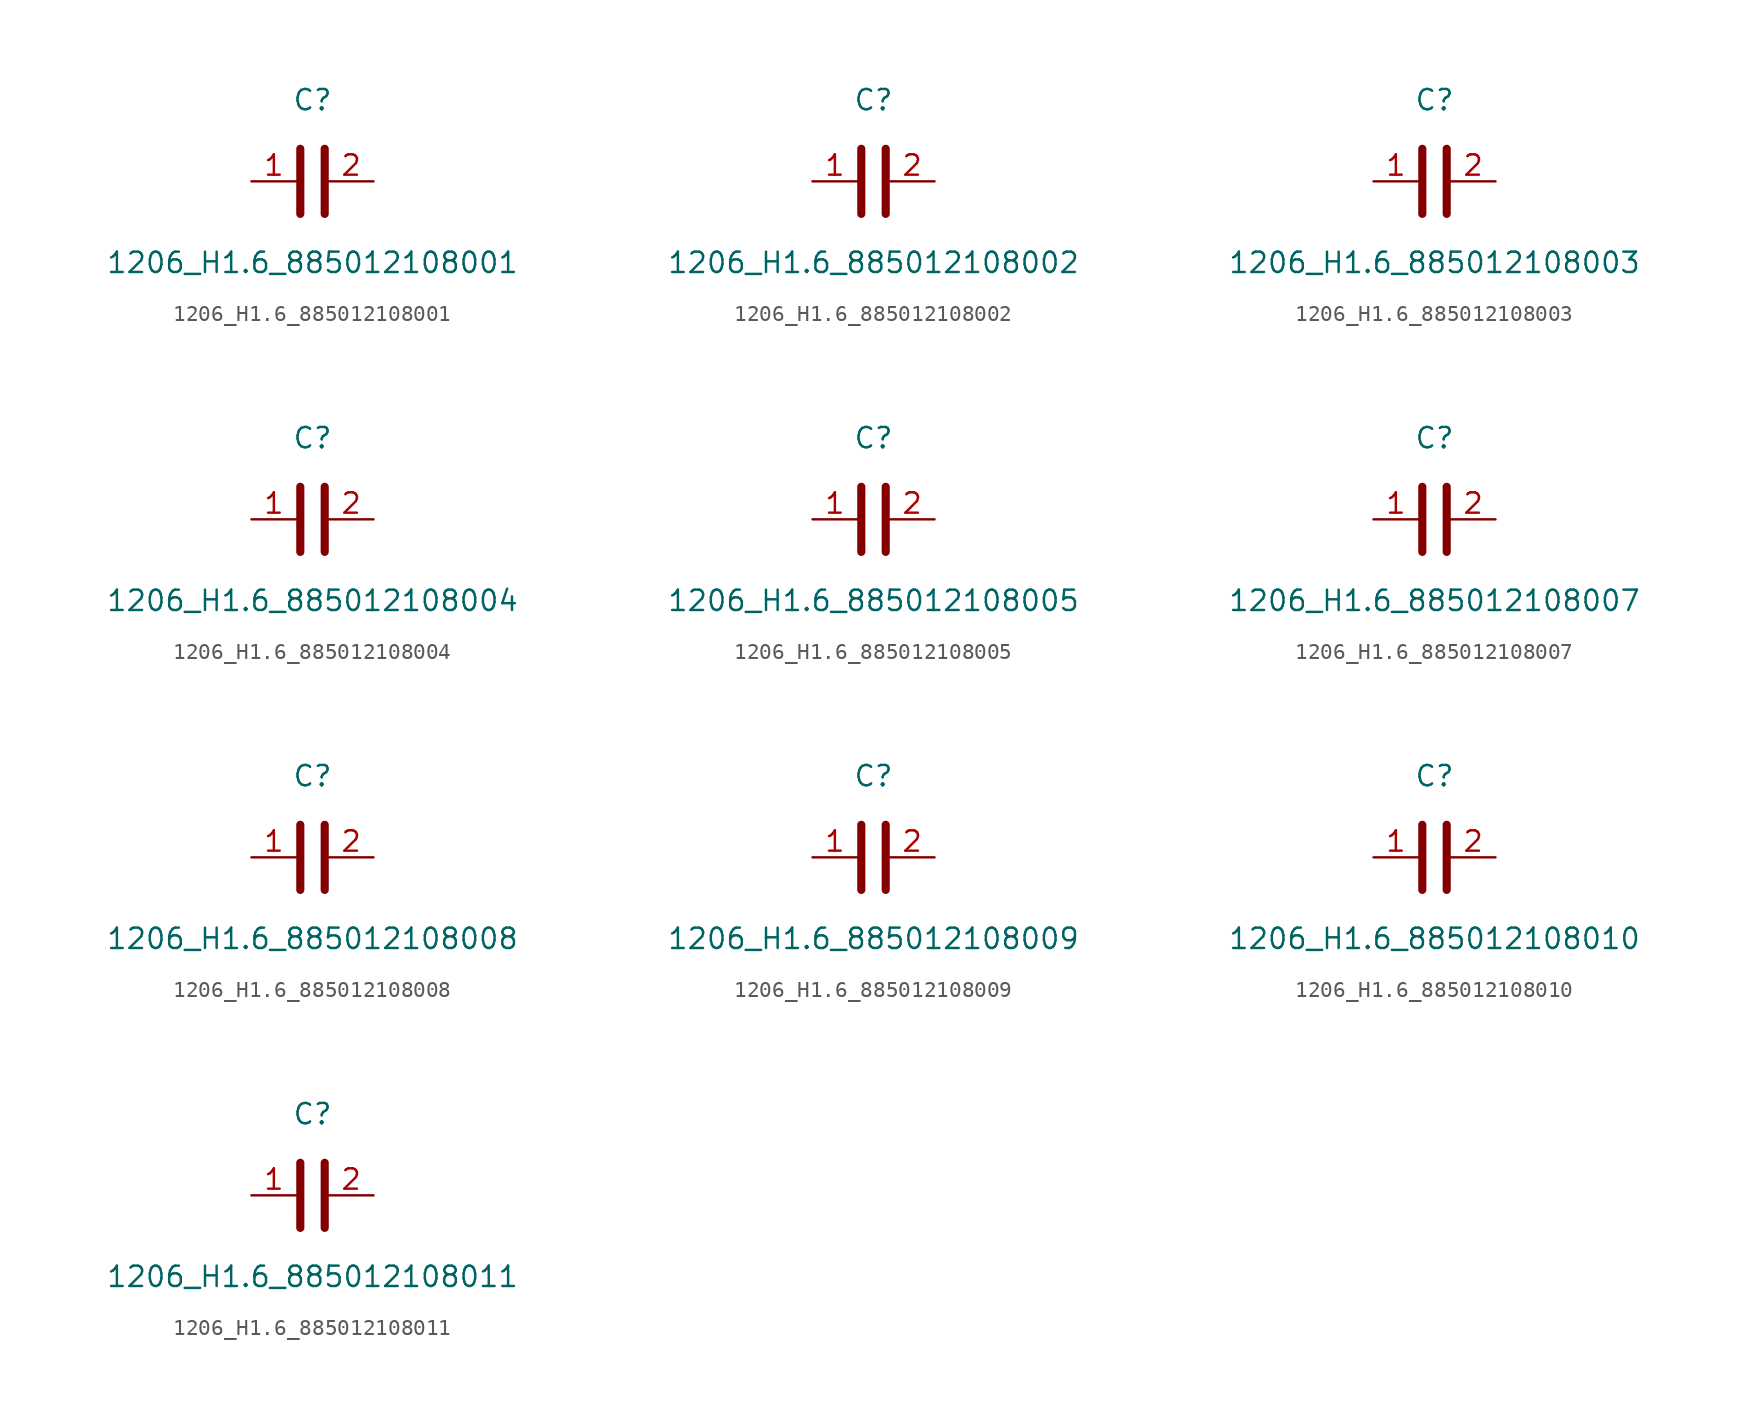
<source format=kicad_sym>
(kicad_symbol_lib
  (version 20220914)
  (generator kicad_symbol_editor)
  (symbol "1206_H1.6_885012108001"
    (pin_names hide)
    (property "Reference" "C"
      (at 0 5.08 0)
      (effects (font (size 1.27 1.27))))
    (property "Value" "1206_H1.6_885012108001"
      (at 0 -5.08 0)
      (effects (font (size 1.27 1.27))))
    (symbol "1206_H1.6_885012108001_0_1"
      (polyline (pts (xy -0.762 -2.032) (xy -0.762 2.032)) (stroke (width 0.508) (type default)) (fill (type none)))
      (polyline (pts (xy 0.762 -2.032) (xy 0.762 2.032)) (stroke (width 0.508) (type default)) (fill (type none))))
    (symbol "1206_H1.6_885012108001_1_1"
      (pin passive line (at -3.81 0 0) (length 2.794) (name "1" (effects (font (size 1.27 1.27)))) (number "1" (effects (font (size 1.27 1.27)))))
      (pin passive line (at 3.81 0 180) (length 2.794) (name "2" (effects (font (size 1.27 1.27)))) (number "2" (effects (font (size 1.27 1.27)))))))
  (symbol "1206_H1.6_885012108002"
    (pin_names hide)
    (property "Reference" "C"
      (at 0 5.08 0)
      (effects (font (size 1.27 1.27))))
    (property "Value" "1206_H1.6_885012108002"
      (at 0 -5.08 0)
      (effects (font (size 1.27 1.27))))
    (symbol "1206_H1.6_885012108002_0_1"
      (polyline (pts (xy -0.762 -2.032) (xy -0.762 2.032)) (stroke (width 0.508) (type default)) (fill (type none)))
      (polyline (pts (xy 0.762 -2.032) (xy 0.762 2.032)) (stroke (width 0.508) (type default)) (fill (type none))))
    (symbol "1206_H1.6_885012108002_1_1"
      (pin passive line (at -3.81 0 0) (length 2.794) (name "1" (effects (font (size 1.27 1.27)))) (number "1" (effects (font (size 1.27 1.27)))))
      (pin passive line (at 3.81 0 180) (length 2.794) (name "2" (effects (font (size 1.27 1.27)))) (number "2" (effects (font (size 1.27 1.27)))))))
  (symbol "1206_H1.6_885012108003"
    (pin_names hide)
    (property "Reference" "C"
      (at 0 5.08 0)
      (effects (font (size 1.27 1.27))))
    (property "Value" "1206_H1.6_885012108003"
      (at 0 -5.08 0)
      (effects (font (size 1.27 1.27))))
    (symbol "1206_H1.6_885012108003_0_1"
      (polyline (pts (xy -0.762 -2.032) (xy -0.762 2.032)) (stroke (width 0.508) (type default)) (fill (type none)))
      (polyline (pts (xy 0.762 -2.032) (xy 0.762 2.032)) (stroke (width 0.508) (type default)) (fill (type none))))
    (symbol "1206_H1.6_885012108003_1_1"
      (pin passive line (at -3.81 0 0) (length 2.794) (name "1" (effects (font (size 1.27 1.27)))) (number "1" (effects (font (size 1.27 1.27)))))
      (pin passive line (at 3.81 0 180) (length 2.794) (name "2" (effects (font (size 1.27 1.27)))) (number "2" (effects (font (size 1.27 1.27)))))))
  (symbol "1206_H1.6_885012108004"
    (pin_names hide)
    (property "Reference" "C"
      (at 0 5.08 0)
      (effects (font (size 1.27 1.27))))
    (property "Value" "1206_H1.6_885012108004"
      (at 0 -5.08 0)
      (effects (font (size 1.27 1.27))))
    (symbol "1206_H1.6_885012108004_0_1"
      (polyline (pts (xy -0.762 -2.032) (xy -0.762 2.032)) (stroke (width 0.508) (type default)) (fill (type none)))
      (polyline (pts (xy 0.762 -2.032) (xy 0.762 2.032)) (stroke (width 0.508) (type default)) (fill (type none))))
    (symbol "1206_H1.6_885012108004_1_1"
      (pin passive line (at -3.81 0 0) (length 2.794) (name "1" (effects (font (size 1.27 1.27)))) (number "1" (effects (font (size 1.27 1.27)))))
      (pin passive line (at 3.81 0 180) (length 2.794) (name "2" (effects (font (size 1.27 1.27)))) (number "2" (effects (font (size 1.27 1.27)))))))
  (symbol "1206_H1.6_885012108005"
    (pin_names hide)
    (property "Reference" "C"
      (at 0 5.08 0)
      (effects (font (size 1.27 1.27))))
    (property "Value" "1206_H1.6_885012108005"
      (at 0 -5.08 0)
      (effects (font (size 1.27 1.27))))
    (symbol "1206_H1.6_885012108005_0_1"
      (polyline (pts (xy -0.762 -2.032) (xy -0.762 2.032)) (stroke (width 0.508) (type default)) (fill (type none)))
      (polyline (pts (xy 0.762 -2.032) (xy 0.762 2.032)) (stroke (width 0.508) (type default)) (fill (type none))))
    (symbol "1206_H1.6_885012108005_1_1"
      (pin passive line (at -3.81 0 0) (length 2.794) (name "1" (effects (font (size 1.27 1.27)))) (number "1" (effects (font (size 1.27 1.27)))))
      (pin passive line (at 3.81 0 180) (length 2.794) (name "2" (effects (font (size 1.27 1.27)))) (number "2" (effects (font (size 1.27 1.27)))))))
  (symbol "1206_H1.6_885012108007"
    (pin_names hide)
    (property "Reference" "C"
      (at 0 5.08 0)
      (effects (font (size 1.27 1.27))))
    (property "Value" "1206_H1.6_885012108007"
      (at 0 -5.08 0)
      (effects (font (size 1.27 1.27))))
    (symbol "1206_H1.6_885012108007_0_1"
      (polyline (pts (xy -0.762 -2.032) (xy -0.762 2.032)) (stroke (width 0.508) (type default)) (fill (type none)))
      (polyline (pts (xy 0.762 -2.032) (xy 0.762 2.032)) (stroke (width 0.508) (type default)) (fill (type none))))
    (symbol "1206_H1.6_885012108007_1_1"
      (pin passive line (at -3.81 0 0) (length 2.794) (name "1" (effects (font (size 1.27 1.27)))) (number "1" (effects (font (size 1.27 1.27)))))
      (pin passive line (at 3.81 0 180) (length 2.794) (name "2" (effects (font (size 1.27 1.27)))) (number "2" (effects (font (size 1.27 1.27)))))))
  (symbol "1206_H1.6_885012108008"
    (pin_names hide)
    (property "Reference" "C"
      (at 0 5.08 0)
      (effects (font (size 1.27 1.27))))
    (property "Value" "1206_H1.6_885012108008"
      (at 0 -5.08 0)
      (effects (font (size 1.27 1.27))))
    (symbol "1206_H1.6_885012108008_0_1"
      (polyline (pts (xy -0.762 -2.032) (xy -0.762 2.032)) (stroke (width 0.508) (type default)) (fill (type none)))
      (polyline (pts (xy 0.762 -2.032) (xy 0.762 2.032)) (stroke (width 0.508) (type default)) (fill (type none))))
    (symbol "1206_H1.6_885012108008_1_1"
      (pin passive line (at -3.81 0 0) (length 2.794) (name "1" (effects (font (size 1.27 1.27)))) (number "1" (effects (font (size 1.27 1.27)))))
      (pin passive line (at 3.81 0 180) (length 2.794) (name "2" (effects (font (size 1.27 1.27)))) (number "2" (effects (font (size 1.27 1.27)))))))
  (symbol "1206_H1.6_885012108009"
    (pin_names hide)
    (property "Reference" "C"
      (at 0 5.08 0)
      (effects (font (size 1.27 1.27))))
    (property "Value" "1206_H1.6_885012108009"
      (at 0 -5.08 0)
      (effects (font (size 1.27 1.27))))
    (symbol "1206_H1.6_885012108009_0_1"
      (polyline (pts (xy -0.762 -2.032) (xy -0.762 2.032)) (stroke (width 0.508) (type default)) (fill (type none)))
      (polyline (pts (xy 0.762 -2.032) (xy 0.762 2.032)) (stroke (width 0.508) (type default)) (fill (type none))))
    (symbol "1206_H1.6_885012108009_1_1"
      (pin passive line (at -3.81 0 0) (length 2.794) (name "1" (effects (font (size 1.27 1.27)))) (number "1" (effects (font (size 1.27 1.27)))))
      (pin passive line (at 3.81 0 180) (length 2.794) (name "2" (effects (font (size 1.27 1.27)))) (number "2" (effects (font (size 1.27 1.27)))))))
  (symbol "1206_H1.6_885012108010"
    (pin_names hide)
    (property "Reference" "C"
      (at 0 5.08 0)
      (effects (font (size 1.27 1.27))))
    (property "Value" "1206_H1.6_885012108010"
      (at 0 -5.08 0)
      (effects (font (size 1.27 1.27))))
    (symbol "1206_H1.6_885012108010_0_1"
      (polyline (pts (xy -0.762 -2.032) (xy -0.762 2.032)) (stroke (width 0.508) (type default)) (fill (type none)))
      (polyline (pts (xy 0.762 -2.032) (xy 0.762 2.032)) (stroke (width 0.508) (type default)) (fill (type none))))
    (symbol "1206_H1.6_885012108010_1_1"
      (pin passive line (at -3.81 0 0) (length 2.794) (name "1" (effects (font (size 1.27 1.27)))) (number "1" (effects (font (size 1.27 1.27)))))
      (pin passive line (at 3.81 0 180) (length 2.794) (name "2" (effects (font (size 1.27 1.27)))) (number "2" (effects (font (size 1.27 1.27)))))))
  (symbol "1206_H1.6_885012108011"
    (pin_names hide)
    (property "Reference" "C"
      (at 0 5.08 0)
      (effects (font (size 1.27 1.27))))
    (property "Value" "1206_H1.6_885012108011"
      (at 0 -5.08 0)
      (effects (font (size 1.27 1.27))))
    (symbol "1206_H1.6_885012108011_0_1"
      (polyline (pts (xy -0.762 -2.032) (xy -0.762 2.032)) (stroke (width 0.508) (type default)) (fill (type none)))
      (polyline (pts (xy 0.762 -2.032) (xy 0.762 2.032)) (stroke (width 0.508) (type default)) (fill (type none))))
    (symbol "1206_H1.6_885012108011_1_1"
      (pin passive line (at -3.81 0 0) (length 2.794) (name "1" (effects (font (size 1.27 1.27)))) (number "1" (effects (font (size 1.27 1.27)))))
      (pin passive line (at 3.81 0 180) (length 2.794) (name "2" (effects (font (size 1.27 1.27)))) (number "2" (effects (font (size 1.27 1.27))))))))
</source>
